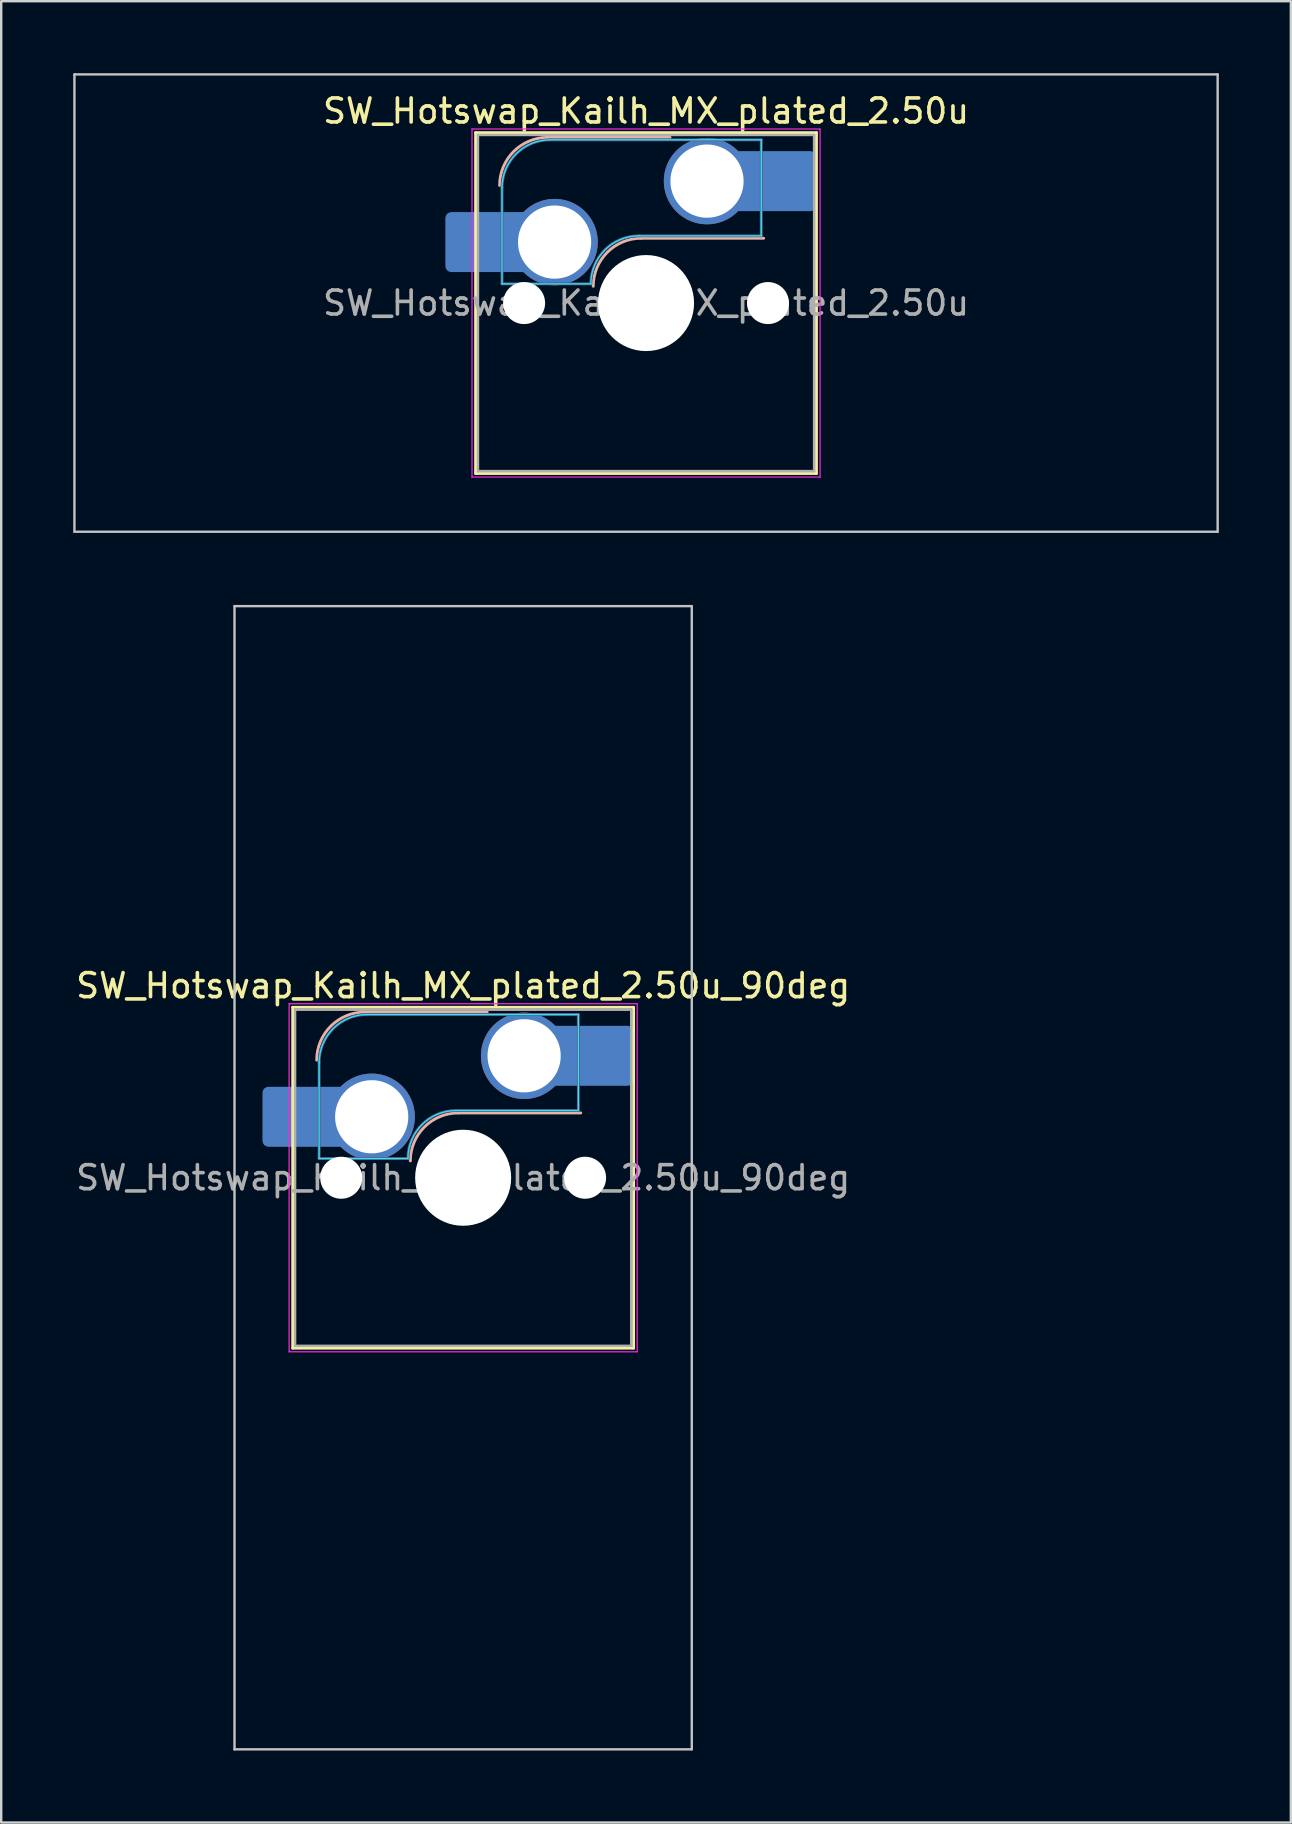
<source format=kicad_pcb>
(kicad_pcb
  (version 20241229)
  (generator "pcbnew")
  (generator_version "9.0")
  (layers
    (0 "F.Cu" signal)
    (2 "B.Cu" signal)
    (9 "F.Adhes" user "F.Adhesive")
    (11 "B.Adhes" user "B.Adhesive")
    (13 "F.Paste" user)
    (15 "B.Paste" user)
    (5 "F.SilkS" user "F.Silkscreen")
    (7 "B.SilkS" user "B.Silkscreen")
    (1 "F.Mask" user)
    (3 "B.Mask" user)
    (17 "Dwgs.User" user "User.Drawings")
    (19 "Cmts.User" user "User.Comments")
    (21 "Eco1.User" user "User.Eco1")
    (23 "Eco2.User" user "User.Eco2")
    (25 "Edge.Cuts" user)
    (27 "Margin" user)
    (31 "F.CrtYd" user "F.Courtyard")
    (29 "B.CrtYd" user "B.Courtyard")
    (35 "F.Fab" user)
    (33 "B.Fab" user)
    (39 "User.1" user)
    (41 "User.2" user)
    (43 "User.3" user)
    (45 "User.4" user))
  (footprint "SW_Hotswap_Kailh_MX_plated_2.50u"
    (layer "F.Cu")
    (at 23.863 9.575)
    (property "Reference" "SW_Hotswap_Kailh_MX_plated_2.50u" (at 0 -8 0) (layer "F.SilkS") (effects (font (size 1 1) (thickness 0.15))))
    (attr smd)
    (fp_line (start -7.1 -7.1) (end -7.1 7.1) (stroke (width 0.12) (type solid)) (layer "F.SilkS"))
    (fp_line (start -7.1 7.1) (end 7.1 7.1) (stroke (width 0.12) (type solid)) (layer "F.SilkS"))
    (fp_line (start 7.1 -7.1) (end -7.1 -7.1) (stroke (width 0.12) (type solid)) (layer "F.SilkS"))
    (fp_line (start 7.1 7.1) (end 7.1 -7.1) (stroke (width 0.12) (type solid)) (layer "F.SilkS"))
    (fp_line (start -4.1 -6.9) (end 1 -6.9) (stroke (width 0.12) (type solid)) (layer "B.SilkS"))
    (fp_line (start -0.2 -2.7) (end 4.9 -2.7) (stroke (width 0.12) (type solid)) (layer "B.SilkS"))
    (fp_arc (start -6.1 -4.9) (mid -5.514214 -6.314214) (end -4.1 -6.9) (stroke (width 0.12) (type solid)) (layer "B.SilkS"))
    (fp_arc (start -2.2 -0.7) (mid -1.614214 -2.114214) (end -0.2 -2.7) (stroke (width 0.12) (type solid)) (layer "B.SilkS"))
    (fp_line (start -23.812 -9.525) (end -23.812 9.525) (stroke (width 0.1) (type solid)) (layer "Dwgs.User"))
    (fp_line (start -23.812 9.525) (end 23.812 9.525) (stroke (width 0.1) (type solid)) (layer "Dwgs.User"))
    (fp_line (start 23.812 -9.525) (end -23.812 -9.525) (stroke (width 0.1) (type solid)) (layer "Dwgs.User"))
    (fp_line (start 23.812 9.525) (end 23.812 -9.525) (stroke (width 0.1) (type solid)) (layer "Dwgs.User"))
    (fp_line (start -7.8 -6) (end -7 -6) (stroke (width 0.1) (type solid)) (layer "Eco1.User"))
    (fp_line (start -7.8 -2.9) (end -7.8 -6) (stroke (width 0.1) (type solid)) (layer "Eco1.User"))
    (fp_line (start -7.8 2.9) (end -7 2.9) (stroke (width 0.1) (type solid)) (layer "Eco1.User"))
    (fp_line (start -7.8 6) (end -7.8 2.9) (stroke (width 0.1) (type solid)) (layer "Eco1.User"))
    (fp_line (start -7 -7) (end 7 -7) (stroke (width 0.1) (type solid)) (layer "Eco1.User"))
    (fp_line (start -7 -6) (end -7 -7) (stroke (width 0.1) (type solid)) (layer "Eco1.User"))
    (fp_line (start -7 -2.9) (end -7.8 -2.9) (stroke (width 0.1) (type solid)) (layer "Eco1.User"))
    (fp_line (start -7 2.9) (end -7 -2.9) (stroke (width 0.1) (type solid)) (layer "Eco1.User"))
    (fp_line (start -7 6) (end -7.8 6) (stroke (width 0.1) (type solid)) (layer "Eco1.User"))
    (fp_line (start -7 7) (end -7 6) (stroke (width 0.1) (type solid)) (layer "Eco1.User"))
    (fp_line (start 7 -7) (end 7 -6) (stroke (width 0.1) (type solid)) (layer "Eco1.User"))
    (fp_line (start 7 -6) (end 7.8 -6) (stroke (width 0.1) (type solid)) (layer "Eco1.User"))
    (fp_line (start 7 -2.9) (end 7 2.9) (stroke (width 0.1) (type solid)) (layer "Eco1.User"))
    (fp_line (start 7 2.9) (end 7.8 2.9) (stroke (width 0.1) (type solid)) (layer "Eco1.User"))
    (fp_line (start 7 6) (end 7 7) (stroke (width 0.1) (type solid)) (layer "Eco1.User"))
    (fp_line (start 7 7) (end -7 7) (stroke (width 0.1) (type solid)) (layer "Eco1.User"))
    (fp_line (start 7.8 -6) (end 7.8 -2.9) (stroke (width 0.1) (type solid)) (layer "Eco1.User"))
    (fp_line (start 7.8 -2.9) (end 7 -2.9) (stroke (width 0.1) (type solid)) (layer "Eco1.User"))
    (fp_line (start 7.8 2.9) (end 7.8 6) (stroke (width 0.1) (type solid)) (layer "Eco1.User"))
    (fp_line (start 7.8 6) (end 7 6) (stroke (width 0.1) (type solid)) (layer "Eco1.User"))
    (fp_line (start -6 -0.8) (end -6 -4.8) (stroke (width 0.05) (type solid)) (layer "B.CrtYd"))
    (fp_line (start -6 -0.8) (end -2.3 -0.8) (stroke (width 0.05) (type solid)) (layer "B.CrtYd"))
    (fp_line (start -4 -6.8) (end 4.8 -6.8) (stroke (width 0.05) (type solid)) (layer "B.CrtYd"))
    (fp_line (start -0.3 -2.8) (end 4.8 -2.8) (stroke (width 0.05) (type solid)) (layer "B.CrtYd"))
    (fp_line (start 4.8 -6.8) (end 4.8 -2.8) (stroke (width 0.05) (type solid)) (layer "B.CrtYd"))
    (fp_arc (start -6 -4.8) (mid -5.414214 -6.214214) (end -4 -6.8) (stroke (width 0.05) (type solid)) (layer "B.CrtYd"))
    (fp_arc (start -2.3 -0.8) (mid -1.714214 -2.214214) (end -0.3 -2.8) (stroke (width 0.05) (type solid)) (layer "B.CrtYd"))
    (fp_line (start -7.25 -7.25) (end -7.25 7.25) (stroke (width 0.05) (type solid)) (layer "F.CrtYd"))
    (fp_line (start -7.25 7.25) (end 7.25 7.25) (stroke (width 0.05) (type solid)) (layer "F.CrtYd"))
    (fp_line (start 7.25 -7.25) (end -7.25 -7.25) (stroke (width 0.05) (type solid)) (layer "F.CrtYd"))
    (fp_line (start 7.25 7.25) (end 7.25 -7.25) (stroke (width 0.05) (type solid)) (layer "F.CrtYd"))
    (fp_line (start -6 -0.8) (end -6 -4.8) (stroke (width 0.12) (type solid)) (layer "B.Fab"))
    (fp_line (start -6 -0.8) (end -2.3 -0.8) (stroke (width 0.12) (type solid)) (layer "B.Fab"))
    (fp_line (start -4 -6.8) (end 4.8 -6.8) (stroke (width 0.12) (type solid)) (layer "B.Fab"))
    (fp_line (start -0.3 -2.8) (end 4.8 -2.8) (stroke (width 0.12) (type solid)) (layer "B.Fab"))
    (fp_line (start 4.8 -6.8) (end 4.8 -2.8) (stroke (width 0.12) (type solid)) (layer "B.Fab"))
    (fp_arc (start -6 -4.8) (mid -5.414214 -6.214214) (end -4 -6.8) (stroke (width 0.12) (type solid)) (layer "B.Fab"))
    (fp_arc (start -2.3 -0.8) (mid -1.714214 -2.214214) (end -0.3 -2.8) (stroke (width 0.12) (type solid)) (layer "B.Fab"))
    (fp_line (start -7 -7) (end -7 7) (stroke (width 0.1) (type solid)) (layer "F.Fab"))
    (fp_line (start -7 7) (end 7 7) (stroke (width 0.1) (type solid)) (layer "F.Fab"))
    (fp_line (start 7 -7) (end -7 -7) (stroke (width 0.1) (type solid)) (layer "F.Fab"))
    (fp_line (start 7 7) (end 7 -7) (stroke (width 0.1) (type solid)) (layer "F.Fab"))
    (fp_text user "${REFERENCE}" (at 0 0 0) (layer "F.Fab") (effects (font (size 1 1) (thickness 0.15))))
    (pad "" smd roundrect (at -7.085 -2.54) (size 2.55 2.5) (layers "B.Mask" "B.Paste") (roundrect_rratio 0.1))
    (pad "" np_thru_hole circle (at -5.08 0) (size 1.75 1.75) (drill 1.75) (layers "*.Cu" "*.Mask"))
    (pad "" smd circle (at -3.81 -2.54) (size 3.1 3.1) (layers "F.Mask"))
    (pad "" np_thru_hole circle (at 0 0) (size 4 4) (drill 4) (layers "*.Cu" "*.Mask"))
    (pad "" smd circle (at 2.54 -5.08) (size 3.1 3.1) (layers "F.Mask"))
    (pad "" np_thru_hole circle (at 5.08 0) (size 1.75 1.75) (drill 1.75) (layers "*.Cu" "*.Mask"))
    (pad "" smd roundrect (at 5.842 -5.08) (size 2.55 2.5) (layers "B.Mask" "B.Paste") (roundrect_rratio 0.1))
    (pad "1" smd roundrect (at -6.585 -2.54) (size 3.55 2.5) (layers "B.Cu") (roundrect_rratio 0.1))
    (pad "1" thru_hole circle (at -3.81 -2.54) (size 3.6 3.6) (drill 3.05) (layers "*.Cu" "B.Mask"))
    (pad "2" thru_hole circle (at 2.54 -5.08) (size 3.6 3.6) (drill 3.05) (layers "*.Cu" "B.Mask"))
    (pad "2" smd roundrect (at 5.32 -5.08) (size 3.55 2.5) (layers "B.Cu") (roundrect_rratio 0.1)))
  (footprint "SW_Hotswap_Kailh_MX_plated_2.50u_90deg"
    (layer "F.Cu")
    (at 16.244 46.013)
    (property "Reference" "SW_Hotswap_Kailh_MX_plated_2.50u_90deg" (at 0 -8 0) (layer "F.SilkS") (effects (font (size 1 1) (thickness 0.15))))
    (attr smd)
    (fp_line (start -7.1 -7.1) (end -7.1 7.1) (stroke (width 0.12) (type solid)) (layer "F.SilkS"))
    (fp_line (start -7.1 7.1) (end 7.1 7.1) (stroke (width 0.12) (type solid)) (layer "F.SilkS"))
    (fp_line (start 7.1 -7.1) (end -7.1 -7.1) (stroke (width 0.12) (type solid)) (layer "F.SilkS"))
    (fp_line (start 7.1 7.1) (end 7.1 -7.1) (stroke (width 0.12) (type solid)) (layer "F.SilkS"))
    (fp_line (start -4.1 -6.9) (end 1 -6.9) (stroke (width 0.12) (type solid)) (layer "B.SilkS"))
    (fp_line (start -0.2 -2.7) (end 4.9 -2.7) (stroke (width 0.12) (type solid)) (layer "B.SilkS"))
    (fp_arc (start -6.1 -4.9) (mid -5.514214 -6.314214) (end -4.1 -6.9) (stroke (width 0.12) (type solid)) (layer "B.SilkS"))
    (fp_arc (start -2.2 -0.7) (mid -1.614214 -2.114214) (end -0.2 -2.7) (stroke (width 0.12) (type solid)) (layer "B.SilkS"))
    (fp_line (start -9.525 -23.812) (end 9.525 -23.812) (stroke (width 0.1) (type solid)) (layer "Dwgs.User"))
    (fp_line (start -9.525 23.812) (end -9.525 -23.812) (stroke (width 0.1) (type solid)) (layer "Dwgs.User"))
    (fp_line (start 9.525 -23.812) (end 9.525 23.812) (stroke (width 0.1) (type solid)) (layer "Dwgs.User"))
    (fp_line (start 9.525 23.812) (end -9.525 23.812) (stroke (width 0.1) (type solid)) (layer "Dwgs.User"))
    (fp_line (start -7.8 -6) (end -7 -6) (stroke (width 0.1) (type solid)) (layer "Eco1.User"))
    (fp_line (start -7.8 -2.9) (end -7.8 -6) (stroke (width 0.1) (type solid)) (layer "Eco1.User"))
    (fp_line (start -7.8 2.9) (end -7 2.9) (stroke (width 0.1) (type solid)) (layer "Eco1.User"))
    (fp_line (start -7.8 6) (end -7.8 2.9) (stroke (width 0.1) (type solid)) (layer "Eco1.User"))
    (fp_line (start -7 -7) (end 7 -7) (stroke (width 0.1) (type solid)) (layer "Eco1.User"))
    (fp_line (start -7 -6) (end -7 -7) (stroke (width 0.1) (type solid)) (layer "Eco1.User"))
    (fp_line (start -7 -2.9) (end -7.8 -2.9) (stroke (width 0.1) (type solid)) (layer "Eco1.User"))
    (fp_line (start -7 2.9) (end -7 -2.9) (stroke (width 0.1) (type solid)) (layer "Eco1.User"))
    (fp_line (start -7 6) (end -7.8 6) (stroke (width 0.1) (type solid)) (layer "Eco1.User"))
    (fp_line (start -7 7) (end -7 6) (stroke (width 0.1) (type solid)) (layer "Eco1.User"))
    (fp_line (start 7 -7) (end 7 -6) (stroke (width 0.1) (type solid)) (layer "Eco1.User"))
    (fp_line (start 7 -6) (end 7.8 -6) (stroke (width 0.1) (type solid)) (layer "Eco1.User"))
    (fp_line (start 7 -2.9) (end 7 2.9) (stroke (width 0.1) (type solid)) (layer "Eco1.User"))
    (fp_line (start 7 2.9) (end 7.8 2.9) (stroke (width 0.1) (type solid)) (layer "Eco1.User"))
    (fp_line (start 7 6) (end 7 7) (stroke (width 0.1) (type solid)) (layer "Eco1.User"))
    (fp_line (start 7 7) (end -7 7) (stroke (width 0.1) (type solid)) (layer "Eco1.User"))
    (fp_line (start 7.8 -6) (end 7.8 -2.9) (stroke (width 0.1) (type solid)) (layer "Eco1.User"))
    (fp_line (start 7.8 -2.9) (end 7 -2.9) (stroke (width 0.1) (type solid)) (layer "Eco1.User"))
    (fp_line (start 7.8 2.9) (end 7.8 6) (stroke (width 0.1) (type solid)) (layer "Eco1.User"))
    (fp_line (start 7.8 6) (end 7 6) (stroke (width 0.1) (type solid)) (layer "Eco1.User"))
    (fp_line (start -6 -0.8) (end -6 -4.8) (stroke (width 0.05) (type solid)) (layer "B.CrtYd"))
    (fp_line (start -6 -0.8) (end -2.3 -0.8) (stroke (width 0.05) (type solid)) (layer "B.CrtYd"))
    (fp_line (start -4 -6.8) (end 4.8 -6.8) (stroke (width 0.05) (type solid)) (layer "B.CrtYd"))
    (fp_line (start -0.3 -2.8) (end 4.8 -2.8) (stroke (width 0.05) (type solid)) (layer "B.CrtYd"))
    (fp_line (start 4.8 -6.8) (end 4.8 -2.8) (stroke (width 0.05) (type solid)) (layer "B.CrtYd"))
    (fp_arc (start -6 -4.8) (mid -5.414214 -6.214214) (end -4 -6.8) (stroke (width 0.05) (type solid)) (layer "B.CrtYd"))
    (fp_arc (start -2.3 -0.8) (mid -1.714214 -2.214214) (end -0.3 -2.8) (stroke (width 0.05) (type solid)) (layer "B.CrtYd"))
    (fp_line (start -7.25 -7.25) (end -7.25 7.25) (stroke (width 0.05) (type solid)) (layer "F.CrtYd"))
    (fp_line (start -7.25 7.25) (end 7.25 7.25) (stroke (width 0.05) (type solid)) (layer "F.CrtYd"))
    (fp_line (start 7.25 -7.25) (end -7.25 -7.25) (stroke (width 0.05) (type solid)) (layer "F.CrtYd"))
    (fp_line (start 7.25 7.25) (end 7.25 -7.25) (stroke (width 0.05) (type solid)) (layer "F.CrtYd"))
    (fp_line (start -6 -0.8) (end -6 -4.8) (stroke (width 0.12) (type solid)) (layer "B.Fab"))
    (fp_line (start -6 -0.8) (end -2.3 -0.8) (stroke (width 0.12) (type solid)) (layer "B.Fab"))
    (fp_line (start -4 -6.8) (end 4.8 -6.8) (stroke (width 0.12) (type solid)) (layer "B.Fab"))
    (fp_line (start -0.3 -2.8) (end 4.8 -2.8) (stroke (width 0.12) (type solid)) (layer "B.Fab"))
    (fp_line (start 4.8 -6.8) (end 4.8 -2.8) (stroke (width 0.12) (type solid)) (layer "B.Fab"))
    (fp_arc (start -6 -4.8) (mid -5.414214 -6.214214) (end -4 -6.8) (stroke (width 0.12) (type solid)) (layer "B.Fab"))
    (fp_arc (start -2.3 -0.8) (mid -1.714214 -2.214214) (end -0.3 -2.8) (stroke (width 0.12) (type solid)) (layer "B.Fab"))
    (fp_line (start -7 -7) (end -7 7) (stroke (width 0.1) (type solid)) (layer "F.Fab"))
    (fp_line (start -7 7) (end 7 7) (stroke (width 0.1) (type solid)) (layer "F.Fab"))
    (fp_line (start 7 -7) (end -7 -7) (stroke (width 0.1) (type solid)) (layer "F.Fab"))
    (fp_line (start 7 7) (end 7 -7) (stroke (width 0.1) (type solid)) (layer "F.Fab"))
    (fp_text user "${REFERENCE}" (at 0 0 0) (layer "F.Fab") (effects (font (size 1 1) (thickness 0.15))))
    (pad "" smd roundrect (at -7.085 -2.54) (size 2.55 2.5) (layers "B.Mask" "B.Paste") (roundrect_rratio 0.1))
    (pad "" np_thru_hole circle (at -5.08 0) (size 1.75 1.75) (drill 1.75) (layers "*.Cu" "*.Mask"))
    (pad "" smd circle (at -3.81 -2.54) (size 3.1 3.1) (layers "F.Mask"))
    (pad "" np_thru_hole circle (at 0 0) (size 4 4) (drill 4) (layers "*.Cu" "*.Mask"))
    (pad "" smd circle (at 2.54 -5.08) (size 3.1 3.1) (layers "F.Mask"))
    (pad "" np_thru_hole circle (at 5.08 0) (size 1.75 1.75) (drill 1.75) (layers "*.Cu" "*.Mask"))
    (pad "" smd roundrect (at 5.842 -5.08) (size 2.55 2.5) (layers "B.Mask" "B.Paste") (roundrect_rratio 0.1))
    (pad "1" smd roundrect (at -6.585 -2.54) (size 3.55 2.5) (layers "B.Cu") (roundrect_rratio 0.1))
    (pad "1" thru_hole circle (at -3.81 -2.54) (size 3.6 3.6) (drill 3.05) (layers "*.Cu" "B.Mask"))
    (pad "2" thru_hole circle (at 2.54 -5.08) (size 3.6 3.6) (drill 3.05) (layers "*.Cu" "B.Mask"))
    (pad "2" smd roundrect (at 5.32 -5.08) (size 3.55 2.5) (layers "B.Cu") (roundrect_rratio 0.1)))
  (gr_rect
    (start -3 -3)
    (end 50.725 72.875)
    (stroke (width 0.1) (type default))
    (fill no)
    (layer "Edge.Cuts")))
</source>
